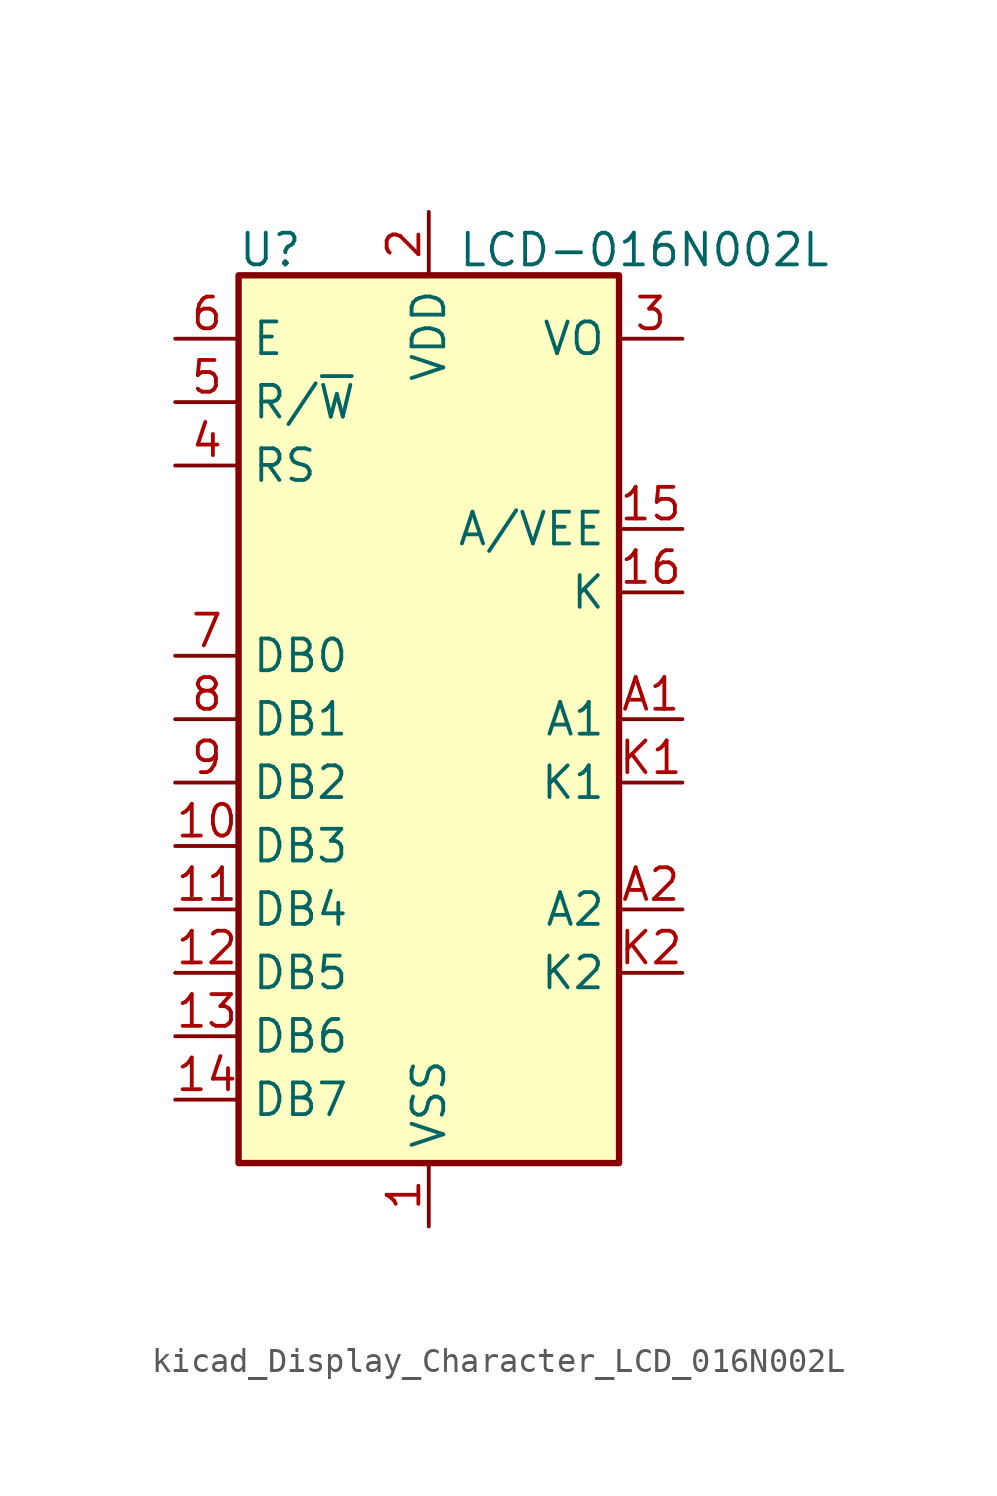
<source format=kicad_sym>
(kicad_symbol_lib
  (version 20220914)
  (generator kicad_symbol_editor)
  (symbol "kicad_Display_Character_LCD_016N002L"
    (property "Reference" "U"
      (at -6.35 18.796 0)
      (effects (font (size 1.27 1.27))))
    (property "Value" "LCD-016N002L"
      (at 8.636 18.796 0)
      (effects (font (size 1.27 1.27))))
    (symbol "kicad_Display_Character_LCD_016N002L_1_1"
      (rectangle (start -7.62 17.78) (end 7.62 -17.78) (stroke (width 0.254) (type default)) (fill (type background)))
      (pin power_in line (at 0 -20.32 90) (length 2.54) (name "VSS" (effects (font (size 1.27 1.27)))) (number "1" (effects (font (size 1.27 1.27)))))
      (pin bidirectional line (at -10.16 -5.08 0) (length 2.54) (name "DB3" (effects (font (size 1.27 1.27)))) (number "10" (effects (font (size 1.27 1.27)))))
      (pin bidirectional line (at -10.16 -7.62 0) (length 2.54) (name "DB4" (effects (font (size 1.27 1.27)))) (number "11" (effects (font (size 1.27 1.27)))))
      (pin bidirectional line (at -10.16 -10.16 0) (length 2.54) (name "DB5" (effects (font (size 1.27 1.27)))) (number "12" (effects (font (size 1.27 1.27)))))
      (pin bidirectional line (at -10.16 -12.7 0) (length 2.54) (name "DB6" (effects (font (size 1.27 1.27)))) (number "13" (effects (font (size 1.27 1.27)))))
      (pin bidirectional line (at -10.16 -15.24 0) (length 2.54) (name "DB7" (effects (font (size 1.27 1.27)))) (number "14" (effects (font (size 1.27 1.27)))))
      (pin power_in line (at 10.16 7.62 180) (length 2.54) (name "A/VEE" (effects (font (size 1.27 1.27)))) (number "15" (effects (font (size 1.27 1.27)))))
      (pin power_in line (at 10.16 5.08 180) (length 2.54) (name "K" (effects (font (size 1.27 1.27)))) (number "16" (effects (font (size 1.27 1.27)))))
      (pin power_in line (at 0 20.32 270) (length 2.54) (name "VDD" (effects (font (size 1.27 1.27)))) (number "2" (effects (font (size 1.27 1.27)))))
      (pin input line (at 10.16 15.24 180) (length 2.54) (name "VO" (effects (font (size 1.27 1.27)))) (number "3" (effects (font (size 1.27 1.27)))))
      (pin input line (at -10.16 10.16 0) (length 2.54) (name "RS" (effects (font (size 1.27 1.27)))) (number "4" (effects (font (size 1.27 1.27)))))
      (pin input line (at -10.16 12.7 0) (length 2.54) (name "R/~{W}" (effects (font (size 1.27 1.27)))) (number "5" (effects (font (size 1.27 1.27)))))
      (pin input line (at -10.16 15.24 0) (length 2.54) (name "E" (effects (font (size 1.27 1.27)))) (number "6" (effects (font (size 1.27 1.27)))))
      (pin bidirectional line (at -10.16 2.54 0) (length 2.54) (name "DB0" (effects (font (size 1.27 1.27)))) (number "7" (effects (font (size 1.27 1.27)))))
      (pin bidirectional line (at -10.16 0 0) (length 2.54) (name "DB1" (effects (font (size 1.27 1.27)))) (number "8" (effects (font (size 1.27 1.27)))))
      (pin bidirectional line (at -10.16 -2.54 0) (length 2.54) (name "DB2" (effects (font (size 1.27 1.27)))) (number "9" (effects (font (size 1.27 1.27)))))
      (pin power_in line (at 10.16 0 180) (length 2.54) (name "A1" (effects (font (size 1.27 1.27)))) (number "A1" (effects (font (size 1.27 1.27)))))
      (pin power_in line (at 10.16 -7.62 180) (length 2.54) (name "A2" (effects (font (size 1.27 1.27)))) (number "A2" (effects (font (size 1.27 1.27)))))
      (pin power_in line (at 10.16 -2.54 180) (length 2.54) (name "K1" (effects (font (size 1.27 1.27)))) (number "K1" (effects (font (size 1.27 1.27)))))
      (pin power_in line (at 10.16 -10.16 180) (length 2.54) (name "K2" (effects (font (size 1.27 1.27)))) (number "K2" (effects (font (size 1.27 1.27))))))))
</source>
